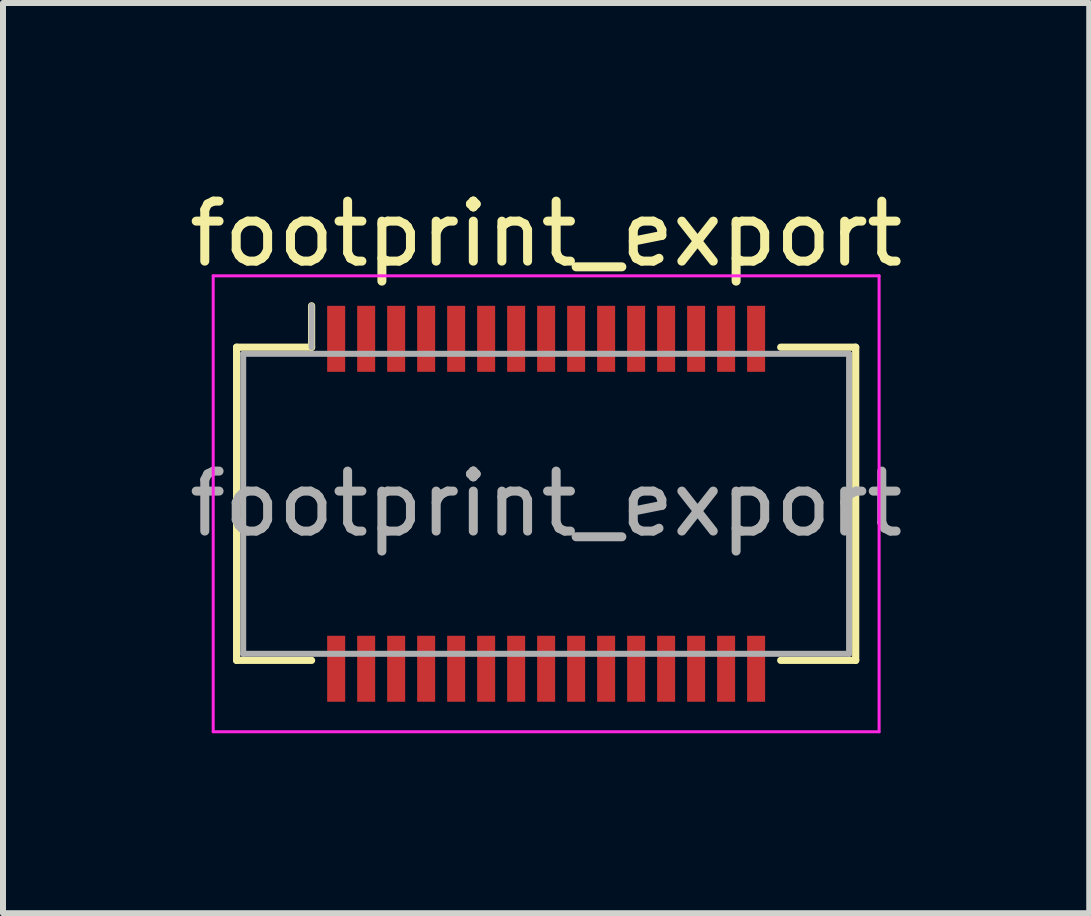
<source format=kicad_pcb>
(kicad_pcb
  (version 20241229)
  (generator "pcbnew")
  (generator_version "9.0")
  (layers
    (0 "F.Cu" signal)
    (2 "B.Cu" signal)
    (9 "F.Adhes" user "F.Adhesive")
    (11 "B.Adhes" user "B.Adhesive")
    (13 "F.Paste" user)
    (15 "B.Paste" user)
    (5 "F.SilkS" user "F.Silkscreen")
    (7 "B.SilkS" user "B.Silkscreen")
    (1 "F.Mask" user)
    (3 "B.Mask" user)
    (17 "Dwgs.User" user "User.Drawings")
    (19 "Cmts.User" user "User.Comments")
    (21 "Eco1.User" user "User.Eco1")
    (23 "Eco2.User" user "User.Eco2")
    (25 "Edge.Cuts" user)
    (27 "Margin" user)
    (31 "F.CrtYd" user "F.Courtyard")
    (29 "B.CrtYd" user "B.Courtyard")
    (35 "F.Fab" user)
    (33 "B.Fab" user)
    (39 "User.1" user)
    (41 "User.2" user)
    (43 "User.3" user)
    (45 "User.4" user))
  (footprint "footprint_export"
    (layer "F.Cu")
    (at 6.054 5.348)
    (property "Reference" "footprint_export" (at 0 -4.5 0) (layer "F.SilkS") (effects (font (size 1 1) (thickness 0.15))))
    (attr smd)
    (fp_line (start -5.16 -2.61) (end -3.91 -2.61) (stroke (width 0.12) (type solid)) (layer "F.SilkS"))
    (fp_line (start -5.16 2.61) (end -5.16 -2.61) (stroke (width 0.12) (type solid)) (layer "F.SilkS"))
    (fp_line (start -3.91 -2.61) (end -3.91 -3.3) (stroke (width 0.12) (type solid)) (layer "F.SilkS"))
    (fp_line (start -3.91 2.61) (end -5.16 2.61) (stroke (width 0.12) (type solid)) (layer "F.SilkS"))
    (fp_line (start 3.91 2.61) (end 5.16 2.61) (stroke (width 0.12) (type solid)) (layer "F.SilkS"))
    (fp_line (start 5.16 -2.61) (end 3.91 -2.61) (stroke (width 0.12) (type solid)) (layer "F.SilkS"))
    (fp_line (start 5.16 2.61) (end 5.16 -2.61) (stroke (width 0.12) (type solid)) (layer "F.SilkS"))
    (fp_line (start -5.55 -3.8) (end -5.55 3.8) (stroke (width 0.05) (type solid)) (layer "F.CrtYd"))
    (fp_line (start -5.55 3.8) (end 5.55 3.8) (stroke (width 0.05) (type solid)) (layer "F.CrtYd"))
    (fp_line (start 5.55 -3.8) (end -5.55 -3.8) (stroke (width 0.05) (type solid)) (layer "F.CrtYd"))
    (fp_line (start 5.55 3.8) (end 5.55 -3.8) (stroke (width 0.05) (type solid)) (layer "F.CrtYd"))
    (fp_line (start -5.05 -2.5) (end -5.05 2.5) (stroke (width 0.1) (type solid)) (layer "F.Fab"))
    (fp_line (start -5.05 2.5) (end 5.05 2.5) (stroke (width 0.1) (type solid)) (layer "F.Fab"))
    (fp_line (start -3.91 -2.61) (end -3.91 -3.3) (stroke (width 0.1) (type solid)) (layer "F.Fab"))
    (fp_line (start 5.05 -2.5) (end -5.05 -2.5) (stroke (width 0.1) (type solid)) (layer "F.Fab"))
    (fp_line (start 5.05 2.5) (end 5.05 -2.5) (stroke (width 0.1) (type solid)) (layer "F.Fab"))
    (fp_text user "${REFERENCE}" (at 0 0 0) (layer "F.Fab") (effects (font (size 1 1) (thickness 0.15))))
    (pad "1" smd rect (at -3.5 -2.75) (size 0.3 1.1) (layers "F.Cu" "F.Mask" "F.Paste"))
    (pad "2" smd rect (at -3.5 2.75) (size 0.3 1.1) (layers "F.Cu" "F.Mask" "F.Paste"))
    (pad "3" smd rect (at -3 -2.75) (size 0.3 1.1) (layers "F.Cu" "F.Mask" "F.Paste"))
    (pad "4" smd rect (at -3 2.75) (size 0.3 1.1) (layers "F.Cu" "F.Mask" "F.Paste"))
    (pad "5" smd rect (at -2.5 -2.75) (size 0.3 1.1) (layers "F.Cu" "F.Mask" "F.Paste"))
    (pad "6" smd rect (at -2.5 2.75) (size 0.3 1.1) (layers "F.Cu" "F.Mask" "F.Paste"))
    (pad "7" smd rect (at -2 -2.75) (size 0.3 1.1) (layers "F.Cu" "F.Mask" "F.Paste"))
    (pad "8" smd rect (at -2 2.75) (size 0.3 1.1) (layers "F.Cu" "F.Mask" "F.Paste"))
    (pad "9" smd rect (at -1.5 -2.75) (size 0.3 1.1) (layers "F.Cu" "F.Mask" "F.Paste"))
    (pad "10" smd rect (at -1.5 2.75) (size 0.3 1.1) (layers "F.Cu" "F.Mask" "F.Paste"))
    (pad "11" smd rect (at -1 -2.75) (size 0.3 1.1) (layers "F.Cu" "F.Mask" "F.Paste"))
    (pad "12" smd rect (at -1 2.75) (size 0.3 1.1) (layers "F.Cu" "F.Mask" "F.Paste"))
    (pad "13" smd rect (at -0.5 -2.75) (size 0.3 1.1) (layers "F.Cu" "F.Mask" "F.Paste"))
    (pad "14" smd rect (at -0.5 2.75) (size 0.3 1.1) (layers "F.Cu" "F.Mask" "F.Paste"))
    (pad "15" smd rect (at 0 -2.75) (size 0.3 1.1) (layers "F.Cu" "F.Mask" "F.Paste"))
    (pad "16" smd rect (at 0 2.75) (size 0.3 1.1) (layers "F.Cu" "F.Mask" "F.Paste"))
    (pad "17" smd rect (at 0.5 -2.75) (size 0.3 1.1) (layers "F.Cu" "F.Mask" "F.Paste"))
    (pad "18" smd rect (at 0.5 2.75) (size 0.3 1.1) (layers "F.Cu" "F.Mask" "F.Paste"))
    (pad "19" smd rect (at 1 -2.75) (size 0.3 1.1) (layers "F.Cu" "F.Mask" "F.Paste"))
    (pad "20" smd rect (at 1 2.75) (size 0.3 1.1) (layers "F.Cu" "F.Mask" "F.Paste"))
    (pad "21" smd rect (at 1.5 -2.75) (size 0.3 1.1) (layers "F.Cu" "F.Mask" "F.Paste"))
    (pad "22" smd rect (at 1.5 2.75) (size 0.3 1.1) (layers "F.Cu" "F.Mask" "F.Paste"))
    (pad "23" smd rect (at 2 -2.75) (size 0.3 1.1) (layers "F.Cu" "F.Mask" "F.Paste"))
    (pad "24" smd rect (at 2 2.75) (size 0.3 1.1) (layers "F.Cu" "F.Mask" "F.Paste"))
    (pad "25" smd rect (at 2.5 -2.75) (size 0.3 1.1) (layers "F.Cu" "F.Mask" "F.Paste"))
    (pad "26" smd rect (at 2.5 2.75) (size 0.3 1.1) (layers "F.Cu" "F.Mask" "F.Paste"))
    (pad "27" smd rect (at 3 -2.75) (size 0.3 1.1) (layers "F.Cu" "F.Mask" "F.Paste"))
    (pad "28" smd rect (at 3 2.75) (size 0.3 1.1) (layers "F.Cu" "F.Mask" "F.Paste"))
    (pad "29" smd rect (at 3.5 -2.75) (size 0.3 1.1) (layers "F.Cu" "F.Mask" "F.Paste"))
    (pad "30" smd rect (at 3.5 2.75) (size 0.3 1.1) (layers "F.Cu" "F.Mask" "F.Paste")))
  (gr_rect
    (start -3 -3)
    (end 15.107 12.173)
    (stroke (width 0.1) (type default))
    (fill no)
    (layer "Edge.Cuts")))
</source>
